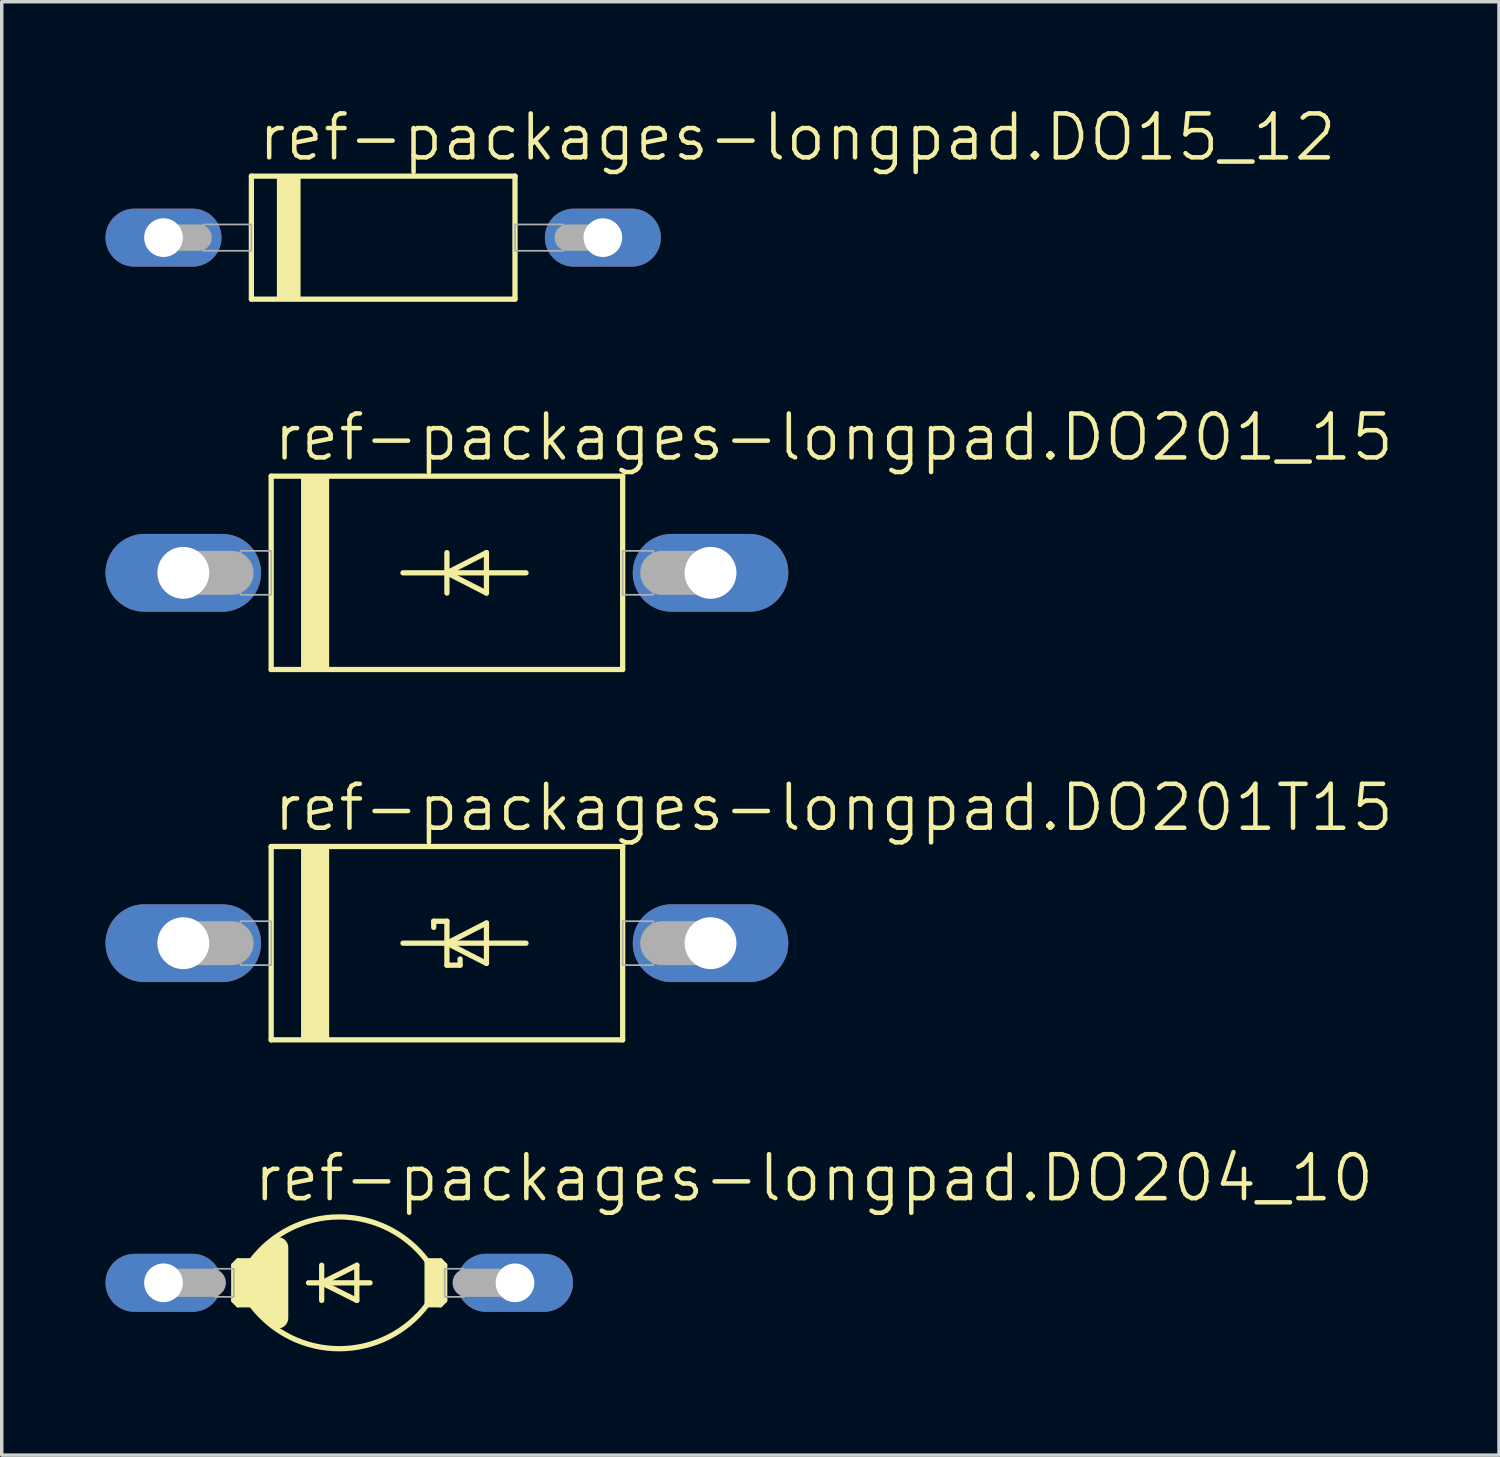
<source format=kicad_pcb>
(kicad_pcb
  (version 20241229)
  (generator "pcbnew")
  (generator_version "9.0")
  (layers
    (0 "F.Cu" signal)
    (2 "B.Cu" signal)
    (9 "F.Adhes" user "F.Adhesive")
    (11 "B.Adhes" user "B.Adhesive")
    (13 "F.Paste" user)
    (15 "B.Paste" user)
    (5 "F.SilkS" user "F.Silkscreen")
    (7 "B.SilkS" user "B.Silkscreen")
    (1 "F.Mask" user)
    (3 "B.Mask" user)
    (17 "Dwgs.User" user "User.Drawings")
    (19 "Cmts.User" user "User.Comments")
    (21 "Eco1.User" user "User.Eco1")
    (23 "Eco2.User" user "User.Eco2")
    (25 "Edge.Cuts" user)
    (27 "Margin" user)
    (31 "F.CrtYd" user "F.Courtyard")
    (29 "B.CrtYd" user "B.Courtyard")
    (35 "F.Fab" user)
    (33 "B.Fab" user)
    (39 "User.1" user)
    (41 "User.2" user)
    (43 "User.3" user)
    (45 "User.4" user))
  (footprint "ref-packages-longpad.DO204_10"
    (layer "F.Cu")
    (at 6.756 34.03)
    (property "Reference" "ref-packages-longpad.DO204_10" (at -2.54 -2.286 0) (layer "F.SilkS") (effects (font (size 1.27 1.27) (thickness 0.13)) (justify left bottom)))
    (attr through_hole)
    (fp_line (start -3.048 -0.508) (end -2.921 -0.635) (stroke (width 0.152) (type default)) (layer "F.SilkS"))
    (fp_line (start -3.048 0.508) (end -3.048 -0.508) (stroke (width 0.152) (type default)) (layer "F.SilkS"))
    (fp_line (start -3.048 0.508) (end -2.921 0.635) (stroke (width 0.152) (type default)) (layer "F.SilkS"))
    (fp_line (start -2.794 -0.381) (end -2.794 0.381) (stroke (width 0.61) (type default)) (layer "F.SilkS"))
    (fp_line (start -2.54 -0.635) (end -2.921 -0.635) (stroke (width 0.152) (type default)) (layer "F.SilkS"))
    (fp_line (start -2.54 -0.635) (end -2.54 0.635) (stroke (width 0.152) (type default)) (layer "F.SilkS"))
    (fp_line (start -2.54 0.635) (end -2.921 0.635) (stroke (width 0.152) (type default)) (layer "F.SilkS"))
    (fp_line (start -2.286 -0.508) (end -2.286 0.508) (stroke (width 0.61) (type default)) (layer "F.SilkS"))
    (fp_line (start -2.286 -0.508) (end -2.032 -0.762) (stroke (width 0.61) (type default)) (layer "F.SilkS"))
    (fp_line (start -2.032 0.762) (end -2.286 0.508) (stroke (width 0.61) (type default)) (layer "F.SilkS"))
    (fp_line (start -1.778 -1.016) (end -1.778 1.016) (stroke (width 0.61) (type default)) (layer "F.SilkS"))
    (fp_line (start -0.889 0) (end -0.508 0) (stroke (width 0.152) (type default)) (layer "F.SilkS"))
    (fp_line (start -0.508 -0.508) (end -0.508 0) (stroke (width 0.152) (type default)) (layer "F.SilkS"))
    (fp_line (start -0.508 0) (end -0.508 0.508) (stroke (width 0.152) (type default)) (layer "F.SilkS"))
    (fp_line (start -0.508 0) (end 0.508 -0.508) (stroke (width 0.152) (type default)) (layer "F.SilkS"))
    (fp_line (start -0.508 0) (end 0.889 0) (stroke (width 0.152) (type default)) (layer "F.SilkS"))
    (fp_line (start 0.508 -0.508) (end 0.508 0.508) (stroke (width 0.152) (type default)) (layer "F.SilkS"))
    (fp_line (start 0.508 0.508) (end -0.508 0) (stroke (width 0.152) (type default)) (layer "F.SilkS"))
    (fp_line (start 2.54 -0.635) (end 2.54 0.635) (stroke (width 0.152) (type default)) (layer "F.SilkS"))
    (fp_line (start 2.54 -0.635) (end 2.921 -0.635) (stroke (width 0.152) (type default)) (layer "F.SilkS"))
    (fp_line (start 2.54 0.635) (end 2.921 0.635) (stroke (width 0.152) (type default)) (layer "F.SilkS"))
    (fp_line (start 2.794 -0.381) (end 2.794 0.381) (stroke (width 0.61) (type default)) (layer "F.SilkS"))
    (fp_line (start 3.048 -0.508) (end 2.921 -0.635) (stroke (width 0.152) (type default)) (layer "F.SilkS"))
    (fp_line (start 3.048 0.508) (end 2.921 0.635) (stroke (width 0.152) (type default)) (layer "F.SilkS"))
    (fp_line (start 3.048 0.508) (end 3.048 -0.508) (stroke (width 0.152) (type default)) (layer "F.SilkS"))
    (fp_arc (start -2.54 -0.635) (mid -0.012027 -1.904983) (end 2.5255 -0.6542) (stroke (width 0.1524) (type default)) (layer "F.SilkS"))
    (fp_arc (start 2.54 0.635) (mid 0.012027 1.904983) (end -2.5255 0.6542) (stroke (width 0.1524) (type default)) (layer "F.SilkS"))
    (fp_line (start -5.08 0) (end -3.683 0) (stroke (width 0.813) (type default)) (layer "F.Fab"))
    (fp_line (start 5.08 0) (end 3.683 0) (stroke (width 0.813) (type default)) (layer "F.Fab"))
    (fp_rect (start -3.607 0.406) (end -3.048 -0.406) (stroke (width 0.05) (type default)) (fill no) (layer "F.Fab"))
    (fp_rect (start 3.048 0.406) (end 3.607 -0.406) (stroke (width 0.05) (type default)) (fill no) (layer "F.Fab"))
    (pad "A" thru_hole oval (at 5.08 0) (size 3.353 1.676) (drill 1.118) (layers "*.Cu" "*.Mask"))
    (pad "C" thru_hole oval (at -5.08 0) (size 3.353 1.676) (drill 1.118) (layers "*.Cu" "*.Mask")))
  (footprint "ref-packages-longpad.DO201T15"
    (layer "F.Cu")
    (at 9.868 24.213)
    (property "Reference" "ref-packages-longpad.DO201T15" (at -5.08 -3.175 0) (layer "F.SilkS") (effects (font (size 1.27 1.27) (thickness 0.13)) (justify left bottom)))
    (attr through_hole)
    (fp_line (start -5.08 -2.794) (end 5.08 -2.794) (stroke (width 0.152) (type default)) (layer "F.SilkS"))
    (fp_line (start -5.08 2.794) (end -5.08 -2.794) (stroke (width 0.152) (type default)) (layer "F.SilkS"))
    (fp_line (start -1.27 0) (end 0 0) (stroke (width 0.152) (type default)) (layer "F.SilkS"))
    (fp_line (start -0.381 -0.635) (end 0 -0.635) (stroke (width 0.152) (type default)) (layer "F.SilkS"))
    (fp_line (start -0.381 -0.457) (end -0.381 -0.635) (stroke (width 0.152) (type default)) (layer "F.SilkS"))
    (fp_line (start 0 -0.635) (end 0 0) (stroke (width 0.152) (type default)) (layer "F.SilkS"))
    (fp_line (start 0 0) (end 1.143 -0.584) (stroke (width 0.152) (type default)) (layer "F.SilkS"))
    (fp_line (start 0 0) (end 2.286 0) (stroke (width 0.152) (type default)) (layer "F.SilkS"))
    (fp_line (start 0 0.635) (end 0 0) (stroke (width 0.152) (type default)) (layer "F.SilkS"))
    (fp_line (start 0.381 0.457) (end 0.381 0.635) (stroke (width 0.152) (type default)) (layer "F.SilkS"))
    (fp_line (start 0.381 0.635) (end 0 0.635) (stroke (width 0.152) (type default)) (layer "F.SilkS"))
    (fp_line (start 1.143 -0.584) (end 1.143 0.584) (stroke (width 0.152) (type default)) (layer "F.SilkS"))
    (fp_line (start 1.143 0.584) (end 0 0) (stroke (width 0.152) (type default)) (layer "F.SilkS"))
    (fp_line (start 5.08 -2.794) (end 5.08 2.794) (stroke (width 0.152) (type default)) (layer "F.SilkS"))
    (fp_line (start 5.08 2.794) (end -5.08 2.794) (stroke (width 0.152) (type default)) (layer "F.SilkS"))
    (fp_rect (start -4.191 2.794) (end -3.429 -2.794) (stroke (width 0.05) (type default)) (fill yes) (layer "F.SilkS"))
    (fp_line (start -7.62 0) (end -6.223 0) (stroke (width 1.27) (type default)) (layer "F.Fab"))
    (fp_line (start 7.62 0) (end 6.223 0) (stroke (width 1.27) (type default)) (layer "F.Fab"))
    (fp_rect (start -5.969 0.635) (end -5.08 -0.635) (stroke (width 0.05) (type default)) (fill no) (layer "F.Fab"))
    (fp_rect (start 5.08 0.635) (end 5.969 -0.635) (stroke (width 0.05) (type default)) (fill no) (layer "F.Fab"))
    (pad "A" thru_hole oval (at 7.62 0) (size 4.496 2.248) (drill 1.499) (layers "*.Cu" "*.Mask"))
    (pad "C" thru_hole oval (at -7.62 0) (size 4.496 2.248) (drill 1.499) (layers "*.Cu" "*.Mask")))
  (footprint "ref-packages-longpad.DO201_15"
    (layer "F.Cu")
    (at 9.868 13.508)
    (property "Reference" "ref-packages-longpad.DO201_15" (at -5.08 -3.175 0) (layer "F.SilkS") (effects (font (size 1.27 1.27) (thickness 0.13)) (justify left bottom)))
    (attr through_hole)
    (fp_line (start -5.08 -2.794) (end 5.08 -2.794) (stroke (width 0.152) (type default)) (layer "F.SilkS"))
    (fp_line (start -5.08 2.794) (end -5.08 -2.794) (stroke (width 0.152) (type default)) (layer "F.SilkS"))
    (fp_line (start -1.27 0) (end 0 0) (stroke (width 0.152) (type default)) (layer "F.SilkS"))
    (fp_line (start 0 -0.584) (end 0 0) (stroke (width 0.152) (type default)) (layer "F.SilkS"))
    (fp_line (start 0 0) (end 0 0.584) (stroke (width 0.152) (type default)) (layer "F.SilkS"))
    (fp_line (start 0 0) (end 1.143 -0.584) (stroke (width 0.152) (type default)) (layer "F.SilkS"))
    (fp_line (start 0 0) (end 2.286 0) (stroke (width 0.152) (type default)) (layer "F.SilkS"))
    (fp_line (start 1.143 -0.584) (end 1.143 0.584) (stroke (width 0.152) (type default)) (layer "F.SilkS"))
    (fp_line (start 1.143 0.584) (end 0 0) (stroke (width 0.152) (type default)) (layer "F.SilkS"))
    (fp_line (start 5.08 -2.794) (end 5.08 2.794) (stroke (width 0.152) (type default)) (layer "F.SilkS"))
    (fp_line (start 5.08 2.794) (end -5.08 2.794) (stroke (width 0.152) (type default)) (layer "F.SilkS"))
    (fp_rect (start -4.191 2.794) (end -3.429 -2.794) (stroke (width 0.05) (type default)) (fill yes) (layer "F.SilkS"))
    (fp_line (start -7.62 0) (end -6.223 0) (stroke (width 1.27) (type default)) (layer "F.Fab"))
    (fp_line (start 7.62 0) (end 6.223 0) (stroke (width 1.27) (type default)) (layer "F.Fab"))
    (fp_rect (start -5.969 0.635) (end -5.08 -0.635) (stroke (width 0.05) (type default)) (fill no) (layer "F.Fab"))
    (fp_rect (start 5.08 0.635) (end 5.969 -0.635) (stroke (width 0.05) (type default)) (fill no) (layer "F.Fab"))
    (pad "A" thru_hole oval (at 7.62 0) (size 4.496 2.248) (drill 1.499) (layers "*.Cu" "*.Mask"))
    (pad "C" thru_hole oval (at -7.62 0) (size 4.496 2.248) (drill 1.499) (layers "*.Cu" "*.Mask")))
  (footprint "ref-packages-longpad.DO15_12"
    (layer "F.Cu")
    (at 8.026 3.819)
    (property "Reference" "ref-packages-longpad.DO15_12" (at -3.683 -2.159 0) (layer "F.SilkS") (effects (font (size 1.27 1.27) (thickness 0.13)) (justify left bottom)))
    (attr through_hole)
    (fp_line (start -3.81 -1.778) (end -3.81 1.778) (stroke (width 0.152) (type default)) (layer "F.SilkS"))
    (fp_line (start -3.81 1.778) (end 3.81 1.778) (stroke (width 0.152) (type default)) (layer "F.SilkS"))
    (fp_line (start 3.81 -1.778) (end -3.81 -1.778) (stroke (width 0.152) (type default)) (layer "F.SilkS"))
    (fp_line (start 3.81 1.778) (end 3.81 -1.778) (stroke (width 0.152) (type default)) (layer "F.SilkS"))
    (fp_rect (start -3.048 1.778) (end -2.413 -1.778) (stroke (width 0.05) (type default)) (fill yes) (layer "F.SilkS"))
    (fp_line (start -6.35 0) (end -5.334 0) (stroke (width 0.762) (type default)) (layer "F.Fab"))
    (fp_line (start 6.35 0) (end 5.334 0) (stroke (width 0.762) (type default)) (layer "F.Fab"))
    (fp_rect (start -5.207 0.381) (end -3.81 -0.381) (stroke (width 0.05) (type default)) (fill no) (layer "F.Fab"))
    (fp_rect (start 3.81 0.381) (end 5.207 -0.381) (stroke (width 0.05) (type default)) (fill no) (layer "F.Fab"))
    (pad "A" thru_hole oval (at 6.35 0) (size 3.353 1.676) (drill 1.118) (layers "*.Cu" "*.Mask"))
    (pad "C" thru_hole oval (at -6.35 0) (size 3.353 1.676) (drill 1.118) (layers "*.Cu" "*.Mask")))
  (gr_rect
    (start -3 -3)
    (end 40.279 39.011)
    (stroke (width 0.1) (type default))
    (fill no)
    (layer "Edge.Cuts")))
</source>
